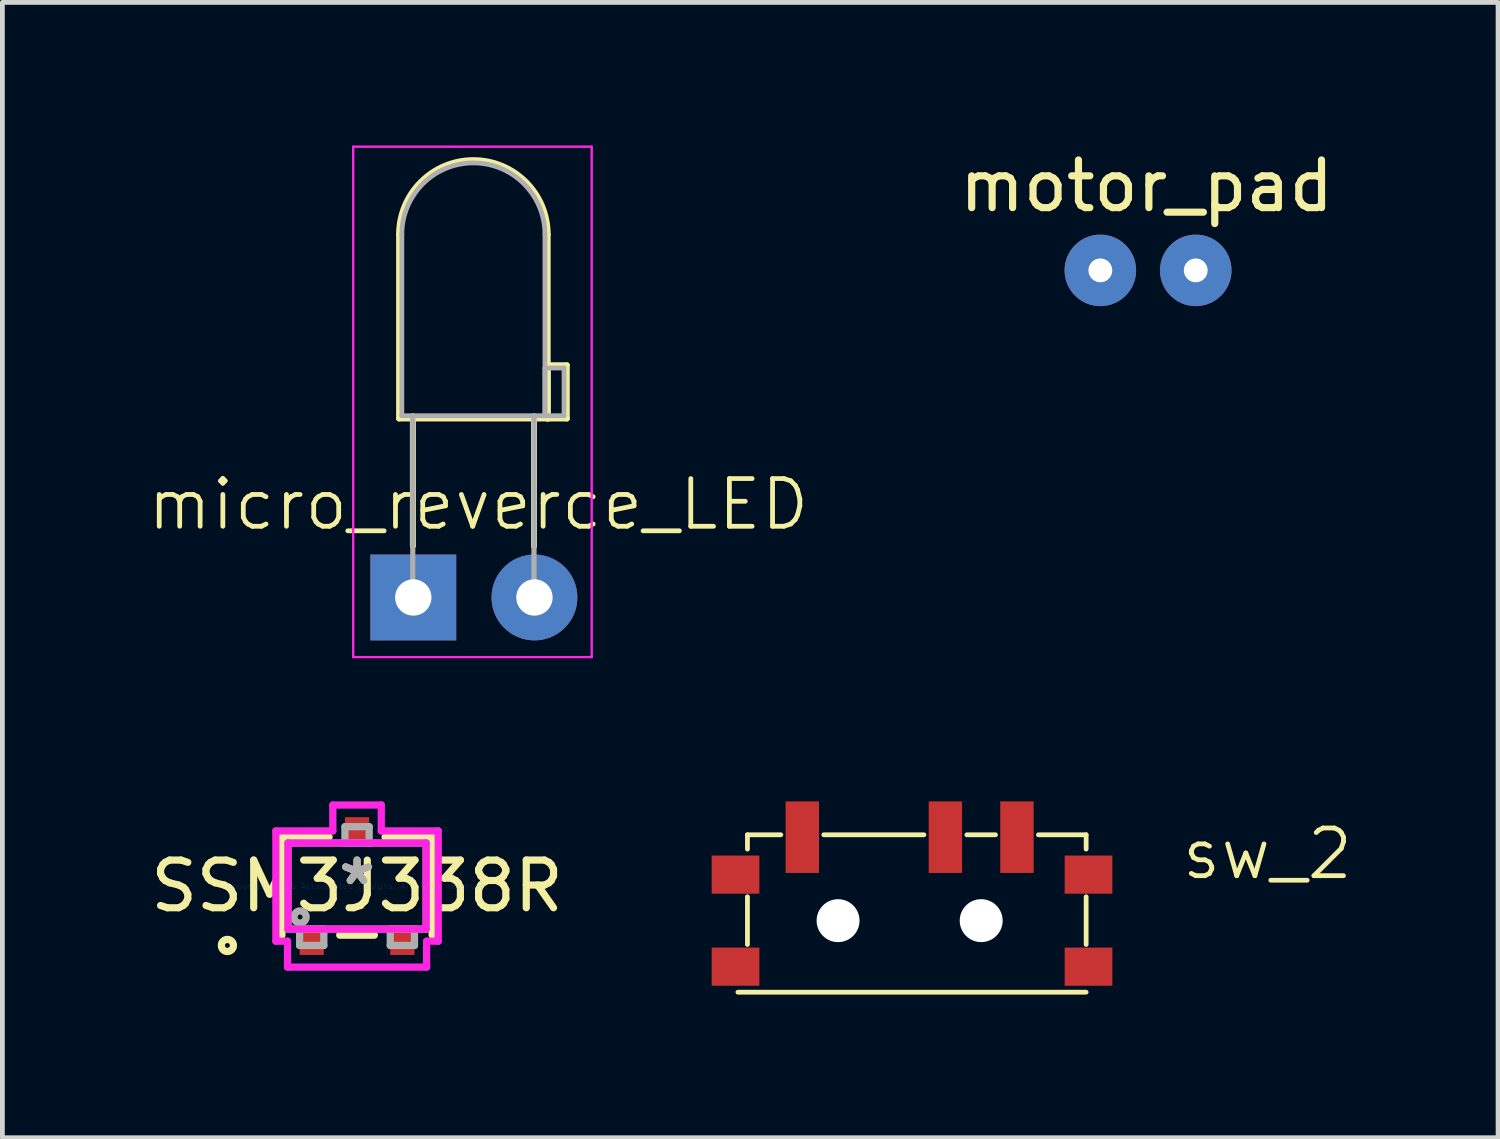
<source format=kicad_pcb>
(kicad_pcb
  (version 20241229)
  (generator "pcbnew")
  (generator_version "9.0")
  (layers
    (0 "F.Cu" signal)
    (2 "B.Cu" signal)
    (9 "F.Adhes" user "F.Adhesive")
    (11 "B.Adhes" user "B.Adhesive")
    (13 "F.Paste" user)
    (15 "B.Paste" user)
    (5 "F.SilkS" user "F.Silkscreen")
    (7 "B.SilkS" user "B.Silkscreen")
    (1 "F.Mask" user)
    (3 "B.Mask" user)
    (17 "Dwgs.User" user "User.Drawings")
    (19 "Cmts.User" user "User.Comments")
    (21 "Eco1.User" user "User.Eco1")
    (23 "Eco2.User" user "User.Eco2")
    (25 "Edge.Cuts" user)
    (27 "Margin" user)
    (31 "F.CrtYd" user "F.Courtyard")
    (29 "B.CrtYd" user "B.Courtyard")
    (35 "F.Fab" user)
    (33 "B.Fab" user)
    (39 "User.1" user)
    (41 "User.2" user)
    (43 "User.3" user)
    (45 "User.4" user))
  (footprint "SSM3J338R"
    (layer "F.Cu")
    (at 4.435 15.525)
    (property "Reference" "SSM3J338R" (at 0 0 0) (layer "F.SilkS") (effects (font (size 1 1) (thickness 0.15))))
    (attr through_hole)
    (fp_line (start -1.575 -1.029) (end -1.575 1.029) (stroke (width 0.152) (type solid)) (layer "F.SilkS"))
    (fp_line (start -0.587 -1.029) (end -1.575 -1.029) (stroke (width 0.152) (type solid)) (layer "F.SilkS"))
    (fp_line (start -0.363 1.029) (end 0.363 1.029) (stroke (width 0.152) (type solid)) (layer "F.SilkS"))
    (fp_line (start 1.575 -1.029) (end 0.587 -1.029) (stroke (width 0.152) (type solid)) (layer "F.SilkS"))
    (fp_line (start 1.575 1.029) (end 1.575 -1.029) (stroke (width 0.152) (type solid)) (layer "F.SilkS"))
    (fp_circle (center -2.718 1.245) (end -2.591 1.245) (stroke (width 0.152) (type solid)) (fill no) (layer "F.SilkS"))
    (fp_line (start -1.702 -1.156) (end -0.508 -1.156) (stroke (width 0.152) (type solid)) (layer "F.CrtYd"))
    (fp_line (start -1.702 1.156) (end -1.702 -1.156) (stroke (width 0.152) (type solid)) (layer "F.CrtYd"))
    (fp_line (start -1.458 1.156) (end -1.702 1.156) (stroke (width 0.152) (type solid)) (layer "F.CrtYd"))
    (fp_line (start -1.458 1.699) (end -1.458 1.156) (stroke (width 0.152) (type solid)) (layer "F.CrtYd"))
    (fp_line (start -1.448 -0.902) (end 1.448 -0.902) (stroke (width 0.152) (type solid)) (layer "F.CrtYd"))
    (fp_line (start -1.448 0.902) (end -1.448 -0.902) (stroke (width 0.152) (type solid)) (layer "F.CrtYd"))
    (fp_line (start -0.508 -1.699) (end 0.508 -1.699) (stroke (width 0.152) (type solid)) (layer "F.CrtYd"))
    (fp_line (start -0.508 -1.156) (end -0.508 -1.699) (stroke (width 0.152) (type solid)) (layer "F.CrtYd"))
    (fp_line (start 0.508 -1.699) (end 0.508 -1.156) (stroke (width 0.152) (type solid)) (layer "F.CrtYd"))
    (fp_line (start 0.508 -1.156) (end 1.702 -1.156) (stroke (width 0.152) (type solid)) (layer "F.CrtYd"))
    (fp_line (start 1.448 -0.902) (end 1.448 0.902) (stroke (width 0.152) (type solid)) (layer "F.CrtYd"))
    (fp_line (start 1.448 0.902) (end -1.448 0.902) (stroke (width 0.152) (type solid)) (layer "F.CrtYd"))
    (fp_line (start 1.458 1.156) (end 1.458 1.699) (stroke (width 0.152) (type solid)) (layer "F.CrtYd"))
    (fp_line (start 1.458 1.699) (end -1.458 1.699) (stroke (width 0.152) (type solid)) (layer "F.CrtYd"))
    (fp_line (start 1.702 -1.156) (end 1.702 1.156) (stroke (width 0.152) (type solid)) (layer "F.CrtYd"))
    (fp_line (start 1.702 1.156) (end 1.458 1.156) (stroke (width 0.152) (type solid)) (layer "F.CrtYd"))
    (fp_line (start -1.448 -0.902) (end -1.448 0.902) (stroke (width 0.152) (type solid)) (layer "F.Fab"))
    (fp_line (start -1.448 0.902) (end 1.448 0.902) (stroke (width 0.152) (type solid)) (layer "F.Fab"))
    (fp_line (start -1.204 0.902) (end -1.204 1.245) (stroke (width 0.152) (type solid)) (layer "F.Fab"))
    (fp_line (start -1.204 1.245) (end -0.696 1.245) (stroke (width 0.152) (type solid)) (layer "F.Fab"))
    (fp_line (start -0.696 0.902) (end -1.204 0.902) (stroke (width 0.152) (type solid)) (layer "F.Fab"))
    (fp_line (start -0.696 1.245) (end -0.696 0.902) (stroke (width 0.152) (type solid)) (layer "F.Fab"))
    (fp_line (start -0.254 -1.245) (end -0.254 -0.902) (stroke (width 0.152) (type solid)) (layer "F.Fab"))
    (fp_line (start -0.254 -0.902) (end 0.254 -0.902) (stroke (width 0.152) (type solid)) (layer "F.Fab"))
    (fp_line (start 0.254 -1.245) (end -0.254 -1.245) (stroke (width 0.152) (type solid)) (layer "F.Fab"))
    (fp_line (start 0.254 -0.902) (end 0.254 -1.245) (stroke (width 0.152) (type solid)) (layer "F.Fab"))
    (fp_line (start 0.696 0.902) (end 0.696 1.245) (stroke (width 0.152) (type solid)) (layer "F.Fab"))
    (fp_line (start 0.696 1.245) (end 1.204 1.245) (stroke (width 0.152) (type solid)) (layer "F.Fab"))
    (fp_line (start 1.204 0.902) (end 0.696 0.902) (stroke (width 0.152) (type solid)) (layer "F.Fab"))
    (fp_line (start 1.204 1.245) (end 1.204 0.902) (stroke (width 0.152) (type solid)) (layer "F.Fab"))
    (fp_line (start 1.448 -0.902) (end -1.448 -0.902) (stroke (width 0.152) (type solid)) (layer "F.Fab"))
    (fp_line (start 1.448 0.902) (end 1.448 -0.902) (stroke (width 0.152) (type solid)) (layer "F.Fab"))
    (fp_circle (center -1.194 0.648) (end -1.067 0.648) (stroke (width 0.152) (type solid)) (fill no) (layer "F.Fab"))
    (fp_text user "*" (at 0 0 0) (layer "F.SilkS") (effects (font (size 1 1) (thickness 0.15))))
    (fp_text user "Copyright 2016 Accelerated Designs. All rights reserved." (at 0 0 0) (layer "Cmts.User") (effects (font (size 0.127 0.127) (thickness 0.002))))
    (fp_text user "*" (at 0 0 0) (layer "F.Fab") (effects (font (size 1 1) (thickness 0.15))))
    (pad "1" smd rect (at -0.95 1.192) (size 0.508 0.505) (layers "F.Cu" "F.Mask" "F.Paste"))
    (pad "2" smd rect (at 0.95 1.192) (size 0.508 0.505) (layers "F.Cu" "F.Mask" "F.Paste"))
    (pad "3" smd rect (at 0 -1.192) (size 0.508 0.505) (layers "F.Cu" "F.Mask" "F.Paste")))
  (footprint "sw_2"
    (layer "F.Cu")
    (at 16.019 16.25)
    (property "Reference" "sw_2" (at 7.5 -1.4 0) (layer "F.SilkS") (effects (font (size 1 1) (thickness 0.1))))
    (attr through_hole)
    (fp_line (start -3.6 1.5) (end 3.7 1.5) (stroke (width 0.1) (type solid)) (layer "F.SilkS"))
    (fp_line (start -3.4 -1.8) (end -3.4 -1.5) (stroke (width 0.1) (type solid)) (layer "F.SilkS"))
    (fp_line (start -3.4 -0.5) (end -3.4 0.5) (stroke (width 0.1) (type solid)) (layer "F.SilkS"))
    (fp_line (start -2.7 -1.8) (end -3.4 -1.8) (stroke (width 0.1) (type solid)) (layer "F.SilkS"))
    (fp_line (start -1.8 -1.8) (end 0.3 -1.8) (stroke (width 0.1) (type solid)) (layer "F.SilkS"))
    (fp_line (start 1.2 -1.8) (end 1.8 -1.8) (stroke (width 0.1) (type solid)) (layer "F.SilkS"))
    (fp_line (start 2.7 -1.8) (end 3.7 -1.8) (stroke (width 0.1) (type solid)) (layer "F.SilkS"))
    (fp_line (start 3.7 -1.8) (end 3.7 -1.5) (stroke (width 0.1) (type solid)) (layer "F.SilkS"))
    (fp_line (start 3.7 0.5) (end 3.7 -0.5) (stroke (width 0.1) (type solid)) (layer "F.SilkS"))
    (pad "" smd custom (at -3.65 -0.965) (size 1 0.8) (layers "F.Cu" "F.Mask" "F.Paste") (options (anchor rect)) (primitives))
    (pad "" smd custom (at -3.65 0.965) (size 1 0.8) (layers "F.Cu" "F.Mask" "F.Paste") (options (anchor rect)) (primitives))
    (pad "" np_thru_hole circle (at -1.5 0) (size 0.9 0.9) (drill 0.9) (layers "*.Cu" "*.Mask"))
    (pad "" np_thru_hole circle (at 1.5 0) (size 0.9 0.9) (drill 0.9) (layers "*.Cu" "*.Mask"))
    (pad "" smd custom (at 3.75 -0.965) (size 1 0.8) (layers "F.Cu" "F.Mask" "F.Paste") (options (anchor rect)) (primitives))
    (pad "" smd custom (at 3.75 0.965) (size 1 0.8) (layers "F.Cu" "F.Mask" "F.Paste") (options (anchor rect)) (primitives))
    (pad "1" smd custom (at -2.25 -1.75) (size 0.7 1.5) (layers "F.Cu" "F.Mask" "F.Paste") (options (anchor rect)) (primitives))
    (pad "2" smd custom (at 0.75 -1.75) (size 0.7 1.5) (layers "F.Cu" "F.Mask" "F.Paste") (options (anchor rect)) (primitives))
    (pad "3" smd custom (at 2.25 -1.75) (size 0.7 1.5) (layers "F.Cu" "F.Mask" "F.Paste") (options (anchor rect)) (primitives)))
  (footprint "micro_reverce_LED"
    (layer "F.Cu")
    (at 5.614 9.475)
    (property "Reference" "micro_reverce_LED" (at 1.365 -1.95 180) (layer "F.SilkS") (effects (font (size 1 1) (thickness 0.1))))
    (attr through_hole)
    (fp_line (start -0.3 -3.75) (end -0.3 -7.61) (stroke (width 0.12) (type solid)) (layer "F.SilkS"))
    (fp_line (start -0.3 -3.75) (end 2.82 -3.75) (stroke (width 0.12) (type solid)) (layer "F.SilkS"))
    (fp_line (start -0.01 -3.75) (end -0.01 -3.75) (stroke (width 0.12) (type solid)) (layer "F.SilkS"))
    (fp_line (start -0.01 -3.75) (end -0.01 -1.08) (stroke (width 0.12) (type solid)) (layer "F.SilkS"))
    (fp_line (start -0.01 -1.08) (end -0.01 -3.75) (stroke (width 0.12) (type solid)) (layer "F.SilkS"))
    (fp_line (start -0.01 -1.08) (end -0.01 -1.08) (stroke (width 0.12) (type solid)) (layer "F.SilkS"))
    (fp_line (start 2.53 -3.75) (end 2.53 -3.75) (stroke (width 0.12) (type solid)) (layer "F.SilkS"))
    (fp_line (start 2.53 -3.75) (end 2.53 -1.08) (stroke (width 0.12) (type solid)) (layer "F.SilkS"))
    (fp_line (start 2.53 -1.08) (end 2.53 -3.75) (stroke (width 0.12) (type solid)) (layer "F.SilkS"))
    (fp_line (start 2.53 -1.08) (end 2.53 -1.08) (stroke (width 0.12) (type solid)) (layer "F.SilkS"))
    (fp_line (start 2.82 -4.87) (end 2.82 -3.75) (stroke (width 0.12) (type solid)) (layer "F.SilkS"))
    (fp_line (start 2.82 -3.75) (end 2.82 -7.61) (stroke (width 0.12) (type solid)) (layer "F.SilkS"))
    (fp_line (start 2.82 -3.75) (end 3.22 -3.75) (stroke (width 0.12) (type solid)) (layer "F.SilkS"))
    (fp_line (start 3.22 -4.87) (end 2.82 -4.87) (stroke (width 0.12) (type solid)) (layer "F.SilkS"))
    (fp_line (start 3.22 -3.75) (end 3.22 -4.87) (stroke (width 0.12) (type solid)) (layer "F.SilkS"))
    (fp_arc (start -0.3 -7.61) (mid 1.26 -9.17) (end 2.82 -7.61) (stroke (width 0.12) (type solid)) (layer "F.SilkS"))
    (fp_line (start -1.26 -9.45) (end 3.74 -9.45) (stroke (width 0.05) (type solid)) (layer "F.CrtYd"))
    (fp_line (start -1.26 1.25) (end -1.26 -9.45) (stroke (width 0.05) (type solid)) (layer "F.CrtYd"))
    (fp_line (start 3.74 -9.45) (end 3.74 1.25) (stroke (width 0.05) (type solid)) (layer "F.CrtYd"))
    (fp_line (start 3.74 1.25) (end -1.26 1.25) (stroke (width 0.05) (type solid)) (layer "F.CrtYd"))
    (fp_line (start -0.24 -3.81) (end -0.24 -7.61) (stroke (width 0.1) (type solid)) (layer "F.Fab"))
    (fp_line (start -0.24 -3.81) (end 2.76 -3.81) (stroke (width 0.1) (type solid)) (layer "F.Fab"))
    (fp_line (start -0.01 -3.81) (end -0.01 -3.81) (stroke (width 0.1) (type solid)) (layer "F.Fab"))
    (fp_line (start -0.01 -3.81) (end -0.01 0) (stroke (width 0.1) (type solid)) (layer "F.Fab"))
    (fp_line (start -0.01 0) (end -0.01 -3.81) (stroke (width 0.1) (type solid)) (layer "F.Fab"))
    (fp_line (start -0.01 0) (end -0.01 0) (stroke (width 0.1) (type solid)) (layer "F.Fab"))
    (fp_line (start 2.53 -3.81) (end 2.53 -3.81) (stroke (width 0.1) (type solid)) (layer "F.Fab"))
    (fp_line (start 2.53 -3.81) (end 2.53 0) (stroke (width 0.1) (type solid)) (layer "F.Fab"))
    (fp_line (start 2.53 0) (end 2.53 -3.81) (stroke (width 0.1) (type solid)) (layer "F.Fab"))
    (fp_line (start 2.53 0) (end 2.53 0) (stroke (width 0.1) (type solid)) (layer "F.Fab"))
    (fp_line (start 2.76 -4.81) (end 2.76 -3.81) (stroke (width 0.1) (type solid)) (layer "F.Fab"))
    (fp_line (start 2.76 -3.81) (end 2.76 -7.61) (stroke (width 0.1) (type solid)) (layer "F.Fab"))
    (fp_line (start 2.76 -3.81) (end 3.16 -3.81) (stroke (width 0.1) (type solid)) (layer "F.Fab"))
    (fp_line (start 3.16 -4.81) (end 2.76 -4.81) (stroke (width 0.1) (type solid)) (layer "F.Fab"))
    (fp_line (start 3.16 -3.81) (end 3.16 -4.81) (stroke (width 0.1) (type solid)) (layer "F.Fab"))
    (fp_arc (start -0.24 -7.61) (mid 1.26 -9.11) (end 2.76 -7.61) (stroke (width 0.1) (type solid)) (layer "F.Fab"))
    (pad "1" thru_hole rect (at 0 0) (size 1.8 1.8) (drill 0.762) (layers "*.Cu" "*.Mask"))
    (pad "2" thru_hole circle (at 2.54 0) (size 1.8 1.8) (drill 0.762) (layers "*.Cu" "*.Mask")))
  (footprint "motor_pad"
    (layer "F.Cu")
    (at 21.017 2.618)
    (property "Reference" "motor_pad" (at -0.03 -1.77 0) (layer "F.SilkS") (effects (font (size 1 1) (thickness 0.15))))
    (attr through_hole)
    (pad "1" thru_hole circle (at -1 0) (size 1.5 1.5) (drill 0.5) (layers "*.Cu" "*.Mask"))
    (pad "2" thru_hole circle (at 1 0) (size 1.5 1.5) (drill 0.5) (layers "*.Cu" "*.Mask")))
  (gr_rect
    (start -3 -3)
    (end 28.355 20.8)
    (stroke (width 0.1) (type default))
    (fill no)
    (layer "Edge.Cuts")))
</source>
